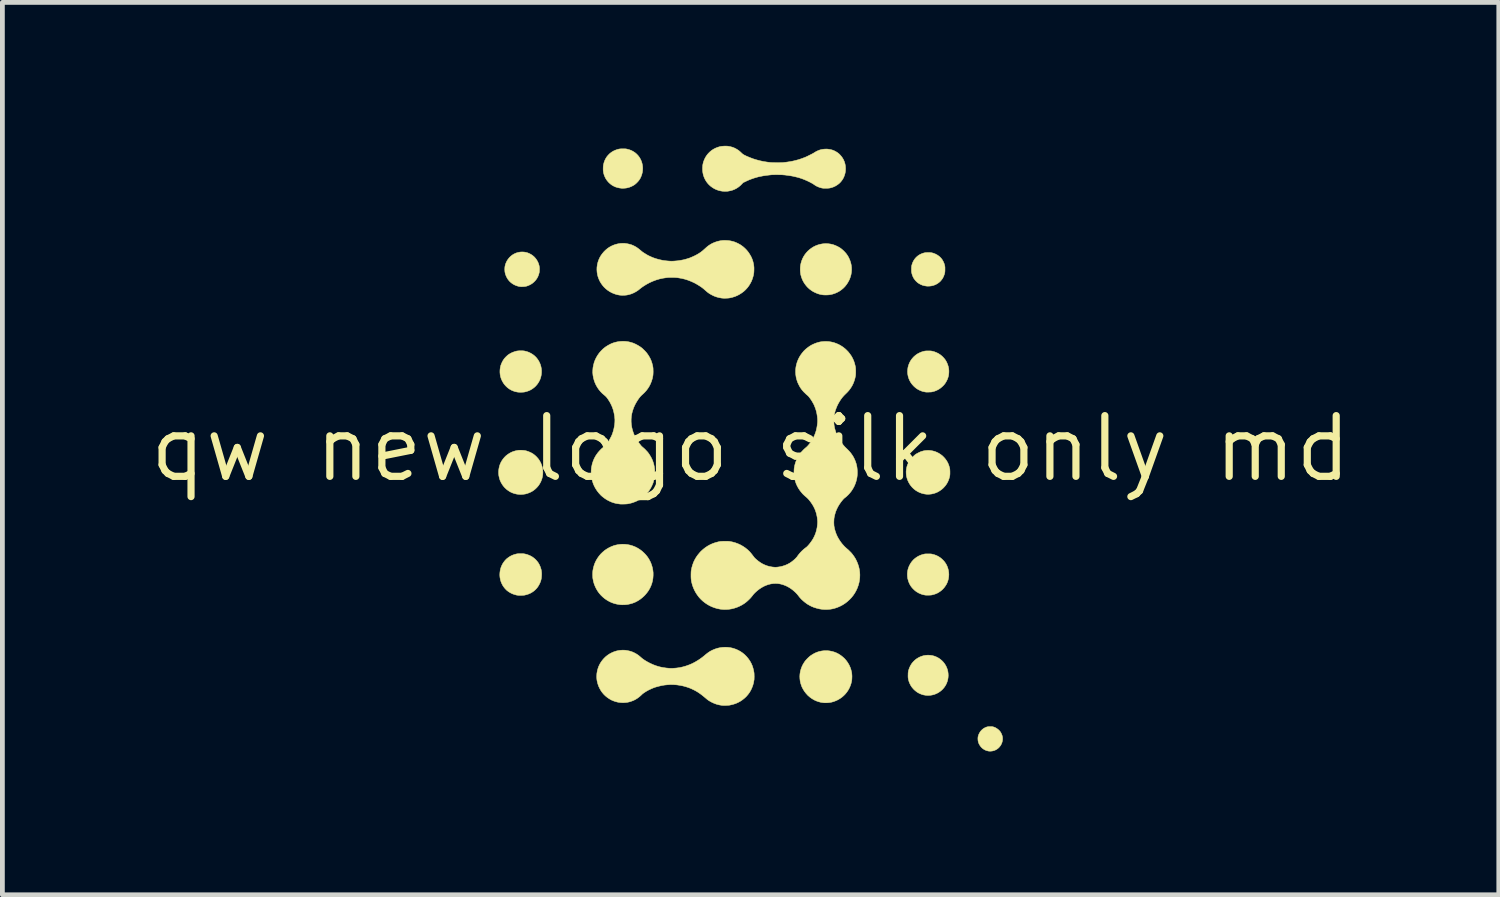
<source format=kicad_pcb>
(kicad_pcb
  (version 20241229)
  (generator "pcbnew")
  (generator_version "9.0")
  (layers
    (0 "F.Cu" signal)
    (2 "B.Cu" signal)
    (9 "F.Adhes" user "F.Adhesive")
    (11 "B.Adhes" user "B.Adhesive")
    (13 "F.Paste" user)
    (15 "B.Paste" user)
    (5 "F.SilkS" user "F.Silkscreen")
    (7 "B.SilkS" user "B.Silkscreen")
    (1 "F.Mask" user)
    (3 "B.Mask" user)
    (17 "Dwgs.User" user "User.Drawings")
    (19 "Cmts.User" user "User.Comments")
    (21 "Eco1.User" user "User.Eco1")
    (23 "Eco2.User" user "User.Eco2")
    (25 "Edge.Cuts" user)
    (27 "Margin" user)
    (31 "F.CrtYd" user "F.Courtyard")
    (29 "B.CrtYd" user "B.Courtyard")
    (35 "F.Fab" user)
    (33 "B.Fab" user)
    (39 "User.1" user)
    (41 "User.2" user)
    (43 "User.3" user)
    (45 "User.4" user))
  (footprint "qw new logo silk only md"
    (layer "F.Cu")
    (at 12.647 6.332)
    (property "Reference" "qw new logo silk only md" (at 0 0 0) (layer "F.SilkS") (effects (font (size 1.27 1.27) (thickness 0.15))))
    (attr through_hole)
    (fp_poly (pts (xy 5.029 5.813) (xy 5.042 5.813) (xy 5.052 5.814) (xy 5.06 5.815) (xy 5.068 5.817) (xy 5.076 5.819) (xy 5.111 5.831) (xy 5.143 5.849) (xy 5.173 5.87) (xy 5.2 5.895) (xy 5.218 5.916) (xy 5.228 5.93) (xy 5.238 5.948) (xy 5.247 5.967) (xy 5.255 5.986) (xy 5.261 6.004) (xy 5.263 6.009) (xy 5.269 6.043) (xy 5.27 6.077) (xy 5.266 6.111) (xy 5.258 6.143) (xy 5.246 6.174) (xy 5.231 6.203) (xy 5.211 6.23) (xy 5.189 6.255) (xy 5.163 6.277) (xy 5.135 6.295) (xy 5.104 6.31) (xy 5.071 6.32) (xy 5.057 6.323) (xy 5.04 6.325) (xy 5.021 6.327) (xy 5.001 6.327) (xy 4.982 6.326) (xy 4.966 6.323) (xy 4.966 6.323) (xy 4.931 6.314) (xy 4.898 6.3) (xy 4.868 6.282) (xy 4.84 6.26) (xy 4.816 6.235) (xy 4.795 6.206) (xy 4.777 6.175) (xy 4.764 6.142) (xy 4.761 6.129) (xy 4.757 6.112) (xy 4.755 6.092) (xy 4.754 6.071) (xy 4.754 6.051) (xy 4.756 6.032) (xy 4.757 6.024) (xy 4.767 5.988) (xy 4.782 5.955) (xy 4.8 5.924) (xy 4.822 5.896) (xy 4.848 5.871) (xy 4.876 5.85) (xy 4.908 5.833) (xy 4.912 5.832) (xy 4.928 5.825) (xy 4.942 5.82) (xy 4.956 5.817) (xy 4.97 5.815) (xy 4.985 5.813) (xy 5.004 5.813) (xy 5.013 5.813) (xy 5.029 5.813)) (stroke (width 0.01) (type solid)) (fill yes) (layer "F.SilkS"))
    (fp_poly (pts (xy -4.736 -4.111) (xy -4.696 -4.104) (xy -4.667 -4.096) (xy -4.627 -4.08) (xy -4.59 -4.06) (xy -4.555 -4.036) (xy -4.524 -4.009) (xy -4.496 -3.978) (xy -4.472 -3.944) (xy -4.451 -3.907) (xy -4.434 -3.867) (xy -4.422 -3.824) (xy -4.421 -3.818) (xy -4.418 -3.801) (xy -4.416 -3.78) (xy -4.415 -3.757) (xy -4.416 -3.734) (xy -4.417 -3.711) (xy -4.419 -3.691) (xy -4.422 -3.676) (xy -4.434 -3.633) (xy -4.45 -3.594) (xy -4.471 -3.556) (xy -4.496 -3.522) (xy -4.526 -3.49) (xy -4.531 -3.485) (xy -4.564 -3.457) (xy -4.6 -3.434) (xy -4.638 -3.415) (xy -4.678 -3.4) (xy -4.706 -3.393) (xy -4.721 -3.391) (xy -4.74 -3.389) (xy -4.76 -3.388) (xy -4.78 -3.387) (xy -4.799 -3.387) (xy -4.815 -3.388) (xy -4.821 -3.388) (xy -4.864 -3.397) (xy -4.904 -3.41) (xy -4.943 -3.427) (xy -4.979 -3.448) (xy -5.012 -3.473) (xy -5.042 -3.501) (xy -5.069 -3.533) (xy -5.092 -3.568) (xy -5.111 -3.606) (xy -5.125 -3.642) (xy -5.129 -3.656) (xy -5.133 -3.672) (xy -5.136 -3.687) (xy -5.137 -3.69) (xy -5.139 -3.708) (xy -5.14 -3.73) (xy -5.141 -3.752) (xy -5.14 -3.775) (xy -5.139 -3.795) (xy -5.137 -3.809) (xy -5.128 -3.85) (xy -5.113 -3.889) (xy -5.095 -3.926) (xy -5.072 -3.961) (xy -5.046 -3.994) (xy -5.016 -4.023) (xy -4.983 -4.049) (xy -4.947 -4.071) (xy -4.938 -4.075) (xy -4.9 -4.092) (xy -4.86 -4.103) (xy -4.819 -4.111) (xy -4.778 -4.113) (xy -4.736 -4.111)) (stroke (width 0.01) (type solid)) (fill yes) (layer "F.SilkS"))
    (fp_poly (pts (xy -4.8 0.033) (xy -4.777 0.034) (xy -4.755 0.036) (xy -4.735 0.038) (xy -4.718 0.04) (xy -4.718 0.04) (xy -4.683 0.049) (xy -4.647 0.061) (xy -4.612 0.076) (xy -4.579 0.092) (xy -4.549 0.11) (xy -4.549 0.11) (xy -4.511 0.139) (xy -4.476 0.172) (xy -4.444 0.208) (xy -4.417 0.246) (xy -4.394 0.287) (xy -4.385 0.306) (xy -4.367 0.352) (xy -4.354 0.399) (xy -4.347 0.446) (xy -4.344 0.493) (xy -4.346 0.541) (xy -4.353 0.588) (xy -4.365 0.634) (xy -4.382 0.679) (xy -4.389 0.695) (xy -4.412 0.737) (xy -4.438 0.776) (xy -4.469 0.812) (xy -4.502 0.844) (xy -4.538 0.873) (xy -4.577 0.898) (xy -4.618 0.918) (xy -4.662 0.935) (xy -4.707 0.948) (xy -4.753 0.955) (xy -4.8 0.959) (xy -4.843 0.957) (xy -4.891 0.951) (xy -4.937 0.94) (xy -4.982 0.925) (xy -5.025 0.905) (xy -5.065 0.88) (xy -5.103 0.852) (xy -5.138 0.819) (xy -5.139 0.819) (xy -5.171 0.782) (xy -5.198 0.743) (xy -5.222 0.701) (xy -5.241 0.658) (xy -5.255 0.612) (xy -5.265 0.566) (xy -5.27 0.518) (xy -5.27 0.476) (xy -5.265 0.428) (xy -5.256 0.382) (xy -5.243 0.338) (xy -5.225 0.295) (xy -5.203 0.255) (xy -5.177 0.217) (xy -5.148 0.182) (xy -5.116 0.15) (xy -5.08 0.122) (xy -5.042 0.097) (xy -5.001 0.075) (xy -4.958 0.058) (xy -4.912 0.045) (xy -4.865 0.036) (xy -4.861 0.035) (xy -4.843 0.034) (xy -4.823 0.033) (xy -4.8 0.033)) (stroke (width 0.01) (type solid)) (fill yes) (layer "F.SilkS"))
    (fp_poly (pts (xy 3.752 4.321) (xy 3.796 4.327) (xy 3.801 4.328) (xy 3.845 4.34) (xy 3.887 4.357) (xy 3.927 4.378) (xy 3.964 4.403) (xy 3.999 4.432) (xy 4.03 4.464) (xy 4.058 4.5) (xy 4.082 4.539) (xy 4.098 4.572) (xy 4.114 4.614) (xy 4.125 4.657) (xy 4.131 4.701) (xy 4.133 4.746) (xy 4.13 4.79) (xy 4.123 4.834) (xy 4.112 4.872) (xy 4.096 4.914) (xy 4.075 4.954) (xy 4.05 4.991) (xy 4.022 5.025) (xy 3.991 5.055) (xy 3.957 5.082) (xy 3.92 5.106) (xy 3.881 5.125) (xy 3.841 5.141) (xy 3.798 5.152) (xy 3.755 5.159) (xy 3.71 5.161) (xy 3.665 5.159) (xy 3.655 5.157) (xy 3.61 5.149) (xy 3.567 5.135) (xy 3.525 5.117) (xy 3.486 5.095) (xy 3.449 5.067) (xy 3.414 5.036) (xy 3.409 5.03) (xy 3.378 4.995) (xy 3.352 4.957) (xy 3.331 4.917) (xy 3.313 4.874) (xy 3.301 4.829) (xy 3.299 4.822) (xy 3.297 4.812) (xy 3.296 4.803) (xy 3.294 4.793) (xy 3.294 4.782) (xy 3.293 4.77) (xy 3.293 4.753) (xy 3.293 4.74) (xy 3.294 4.715) (xy 3.294 4.695) (xy 3.296 4.677) (xy 3.299 4.66) (xy 3.302 4.643) (xy 3.308 4.625) (xy 3.312 4.61) (xy 3.329 4.568) (xy 3.349 4.528) (xy 3.373 4.491) (xy 3.401 4.458) (xy 3.432 4.427) (xy 3.465 4.4) (xy 3.501 4.377) (xy 3.539 4.357) (xy 3.58 4.341) (xy 3.621 4.329) (xy 3.664 4.322) (xy 3.707 4.319) (xy 3.752 4.321)) (stroke (width 0.01) (type solid)) (fill yes) (layer "F.SilkS"))
    (fp_poly (pts (xy 1.625 -4.285) (xy 1.674 -4.278) (xy 1.722 -4.267) (xy 1.769 -4.25) (xy 1.811 -4.231) (xy 1.843 -4.214) (xy 1.872 -4.197) (xy 1.899 -4.177) (xy 1.925 -4.155) (xy 1.951 -4.131) (xy 1.982 -4.098) (xy 2.008 -4.066) (xy 2.032 -4.031) (xy 2.053 -3.993) (xy 2.057 -3.984) (xy 2.078 -3.936) (xy 2.094 -3.887) (xy 2.105 -3.838) (xy 2.111 -3.788) (xy 2.112 -3.737) (xy 2.108 -3.687) (xy 2.1 -3.637) (xy 2.086 -3.588) (xy 2.068 -3.539) (xy 2.057 -3.517) (xy 2.032 -3.471) (xy 2.003 -3.428) (xy 1.971 -3.388) (xy 1.935 -3.352) (xy 1.896 -3.32) (xy 1.854 -3.291) (xy 1.809 -3.267) (xy 1.763 -3.247) (xy 1.714 -3.231) (xy 1.663 -3.22) (xy 1.643 -3.217) (xy 1.622 -3.215) (xy 1.598 -3.214) (xy 1.572 -3.213) (xy 1.546 -3.214) (xy 1.522 -3.215) (xy 1.504 -3.217) (xy 1.455 -3.226) (xy 1.406 -3.24) (xy 1.36 -3.259) (xy 1.314 -3.281) (xy 1.271 -3.308) (xy 1.231 -3.338) (xy 1.194 -3.372) (xy 1.165 -3.404) (xy 1.133 -3.446) (xy 1.105 -3.49) (xy 1.082 -3.536) (xy 1.064 -3.584) (xy 1.05 -3.633) (xy 1.042 -3.683) (xy 1.038 -3.734) (xy 1.039 -3.786) (xy 1.043 -3.825) (xy 1.053 -3.876) (xy 1.067 -3.924) (xy 1.085 -3.97) (xy 1.108 -4.015) (xy 1.134 -4.056) (xy 1.164 -4.095) (xy 1.197 -4.131) (xy 1.234 -4.164) (xy 1.273 -4.193) (xy 1.314 -4.219) (xy 1.358 -4.241) (xy 1.404 -4.259) (xy 1.452 -4.273) (xy 1.501 -4.282) (xy 1.552 -4.287) (xy 1.575 -4.288) (xy 1.625 -4.285)) (stroke (width 0.01) (type solid)) (fill yes) (layer "F.SilkS"))
    (fp_poly (pts (xy -4.786 -2.046) (xy -4.769 -2.046) (xy -4.755 -2.045) (xy -4.744 -2.044) (xy -4.734 -2.043) (xy -4.726 -2.041) (xy -4.68 -2.03) (xy -4.636 -2.014) (xy -4.594 -1.993) (xy -4.555 -1.969) (xy -4.519 -1.941) (xy -4.486 -1.909) (xy -4.457 -1.873) (xy -4.438 -1.845) (xy -4.416 -1.805) (xy -4.398 -1.763) (xy -4.385 -1.719) (xy -4.376 -1.674) (xy -4.372 -1.629) (xy -4.373 -1.584) (xy -4.378 -1.539) (xy -4.388 -1.494) (xy -4.402 -1.451) (xy -4.413 -1.426) (xy -4.436 -1.384) (xy -4.462 -1.346) (xy -4.492 -1.311) (xy -4.525 -1.28) (xy -4.562 -1.252) (xy -4.601 -1.228) (xy -4.643 -1.209) (xy -4.688 -1.194) (xy -4.719 -1.186) (xy -4.735 -1.183) (xy -4.755 -1.181) (xy -4.777 -1.18) (xy -4.8 -1.179) (xy -4.823 -1.179) (xy -4.845 -1.18) (xy -4.864 -1.181) (xy -4.876 -1.183) (xy -4.922 -1.192) (xy -4.966 -1.207) (xy -5.007 -1.225) (xy -5.046 -1.248) (xy -5.083 -1.275) (xy -5.116 -1.306) (xy -5.147 -1.34) (xy -5.173 -1.377) (xy -5.195 -1.416) (xy -5.215 -1.46) (xy -5.229 -1.505) (xy -5.238 -1.551) (xy -5.242 -1.598) (xy -5.241 -1.645) (xy -5.235 -1.693) (xy -5.233 -1.703) (xy -5.226 -1.734) (xy -5.214 -1.767) (xy -5.2 -1.8) (xy -5.184 -1.832) (xy -5.166 -1.86) (xy -5.162 -1.867) (xy -5.149 -1.884) (xy -5.133 -1.902) (xy -5.115 -1.921) (xy -5.096 -1.939) (xy -5.078 -1.955) (xy -5.062 -1.967) (xy -5.025 -1.99) (xy -4.985 -2.01) (xy -4.942 -2.026) (xy -4.898 -2.039) (xy -4.892 -2.04) (xy -4.882 -2.042) (xy -4.873 -2.043) (xy -4.864 -2.044) (xy -4.853 -2.045) (xy -4.84 -2.046) (xy -4.824 -2.046) (xy -4.807 -2.046) (xy -4.786 -2.046)) (stroke (width 0.01) (type solid)) (fill yes) (layer "F.SilkS"))
    (fp_poly (pts (xy 3.759 0.039) (xy 3.806 0.047) (xy 3.849 0.058) (xy 3.894 0.076) (xy 3.936 0.097) (xy 3.976 0.123) (xy 4.013 0.152) (xy 4.046 0.185) (xy 4.076 0.22) (xy 4.103 0.259) (xy 4.126 0.301) (xy 4.144 0.344) (xy 4.158 0.39) (xy 4.165 0.42) (xy 4.167 0.436) (xy 4.168 0.456) (xy 4.169 0.478) (xy 4.169 0.501) (xy 4.169 0.523) (xy 4.168 0.544) (xy 4.166 0.562) (xy 4.165 0.571) (xy 4.153 0.619) (xy 4.137 0.664) (xy 4.117 0.708) (xy 4.092 0.749) (xy 4.063 0.787) (xy 4.031 0.822) (xy 3.995 0.854) (xy 3.955 0.882) (xy 3.912 0.907) (xy 3.91 0.908) (xy 3.871 0.925) (xy 3.831 0.938) (xy 3.789 0.948) (xy 3.747 0.953) (xy 3.705 0.955) (xy 3.673 0.953) (xy 3.625 0.946) (xy 3.579 0.934) (xy 3.535 0.918) (xy 3.492 0.897) (xy 3.452 0.872) (xy 3.415 0.843) (xy 3.38 0.81) (xy 3.349 0.773) (xy 3.329 0.745) (xy 3.305 0.704) (xy 3.285 0.66) (xy 3.27 0.616) (xy 3.259 0.57) (xy 3.254 0.523) (xy 3.253 0.477) (xy 3.258 0.43) (xy 3.267 0.383) (xy 3.275 0.357) (xy 3.281 0.339) (xy 3.29 0.319) (xy 3.3 0.297) (xy 3.312 0.275) (xy 3.323 0.255) (xy 3.334 0.237) (xy 3.337 0.234) (xy 3.348 0.22) (xy 3.362 0.203) (xy 3.378 0.186) (xy 3.395 0.169) (xy 3.413 0.152) (xy 3.429 0.137) (xy 3.444 0.125) (xy 3.449 0.121) (xy 3.464 0.111) (xy 3.483 0.101) (xy 3.503 0.09) (xy 3.524 0.079) (xy 3.545 0.07) (xy 3.563 0.062) (xy 3.573 0.059) (xy 3.619 0.046) (xy 3.665 0.039) (xy 3.712 0.036) (xy 3.759 0.039)) (stroke (width 0.01) (type solid)) (fill yes) (layer "F.SilkS"))
    (fp_poly (pts (xy -2.651 -6.27) (xy -2.636 -6.27) (xy -2.623 -6.269) (xy -2.613 -6.269) (xy -2.604 -6.268) (xy -2.595 -6.266) (xy -2.585 -6.264) (xy -2.584 -6.264) (xy -2.539 -6.252) (xy -2.496 -6.236) (xy -2.456 -6.215) (xy -2.419 -6.191) (xy -2.386 -6.163) (xy -2.355 -6.131) (xy -2.328 -6.096) (xy -2.305 -6.057) (xy -2.296 -6.039) (xy -2.279 -5.998) (xy -2.267 -5.954) (xy -2.259 -5.91) (xy -2.256 -5.866) (xy -2.258 -5.821) (xy -2.264 -5.777) (xy -2.275 -5.734) (xy -2.29 -5.692) (xy -2.309 -5.651) (xy -2.333 -5.614) (xy -2.345 -5.599) (xy -2.36 -5.581) (xy -2.377 -5.564) (xy -2.394 -5.547) (xy -2.412 -5.532) (xy -2.426 -5.52) (xy -2.459 -5.5) (xy -2.495 -5.482) (xy -2.533 -5.467) (xy -2.571 -5.456) (xy -2.594 -5.451) (xy -2.609 -5.449) (xy -2.626 -5.447) (xy -2.644 -5.446) (xy -2.662 -5.445) (xy -2.679 -5.444) (xy -2.692 -5.444) (xy -2.696 -5.445) (xy -2.744 -5.451) (xy -2.788 -5.461) (xy -2.829 -5.474) (xy -2.867 -5.492) (xy -2.903 -5.513) (xy -2.937 -5.539) (xy -2.969 -5.569) (xy -2.971 -5.571) (xy -3 -5.605) (xy -3.026 -5.642) (xy -3.046 -5.681) (xy -3.063 -5.723) (xy -3.075 -5.767) (xy -3.081 -5.807) (xy -3.083 -5.826) (xy -3.083 -5.847) (xy -3.083 -5.87) (xy -3.082 -5.894) (xy -3.08 -5.916) (xy -3.077 -5.935) (xy -3.076 -5.942) (xy -3.064 -5.987) (xy -3.048 -6.03) (xy -3.028 -6.07) (xy -3.004 -6.107) (xy -2.976 -6.14) (xy -2.945 -6.171) (xy -2.91 -6.198) (xy -2.873 -6.221) (xy -2.832 -6.24) (xy -2.788 -6.256) (xy -2.756 -6.264) (xy -2.746 -6.266) (xy -2.738 -6.267) (xy -2.728 -6.268) (xy -2.718 -6.269) (xy -2.705 -6.27) (xy -2.689 -6.27) (xy -2.671 -6.27) (xy -2.651 -6.27)) (stroke (width 0.01) (type solid)) (fill yes) (layer "F.SilkS"))
    (fp_poly (pts (xy 1.605 4.225) (xy 1.655 4.231) (xy 1.705 4.241) (xy 1.753 4.255) (xy 1.8 4.274) (xy 1.844 4.297) (xy 1.887 4.325) (xy 1.926 4.356) (xy 1.964 4.39) (xy 1.998 4.429) (xy 2.028 4.47) (xy 2.055 4.515) (xy 2.062 4.528) (xy 2.083 4.575) (xy 2.1 4.625) (xy 2.112 4.676) (xy 2.115 4.693) (xy 2.117 4.714) (xy 2.119 4.738) (xy 2.12 4.765) (xy 2.119 4.792) (xy 2.118 4.818) (xy 2.116 4.841) (xy 2.114 4.854) (xy 2.103 4.905) (xy 2.087 4.955) (xy 2.067 5.002) (xy 2.043 5.047) (xy 2.015 5.089) (xy 1.983 5.129) (xy 1.948 5.165) (xy 1.91 5.198) (xy 1.869 5.227) (xy 1.825 5.253) (xy 1.779 5.274) (xy 1.731 5.292) (xy 1.681 5.305) (xy 1.65 5.31) (xy 1.632 5.312) (xy 1.611 5.314) (xy 1.588 5.315) (xy 1.566 5.315) (xy 1.544 5.315) (xy 1.526 5.314) (xy 1.524 5.313) (xy 1.472 5.306) (xy 1.422 5.293) (xy 1.373 5.276) (xy 1.326 5.254) (xy 1.281 5.227) (xy 1.239 5.197) (xy 1.199 5.162) (xy 1.191 5.154) (xy 1.157 5.116) (xy 1.127 5.077) (xy 1.101 5.036) (xy 1.078 4.993) (xy 1.065 4.962) (xy 1.049 4.913) (xy 1.037 4.863) (xy 1.031 4.813) (xy 1.029 4.763) (xy 1.032 4.713) (xy 1.04 4.663) (xy 1.053 4.614) (xy 1.07 4.566) (xy 1.092 4.519) (xy 1.119 4.474) (xy 1.139 4.445) (xy 1.15 4.431) (xy 1.165 4.414) (xy 1.182 4.396) (xy 1.199 4.379) (xy 1.217 4.362) (xy 1.234 4.347) (xy 1.248 4.335) (xy 1.25 4.334) (xy 1.295 4.304) (xy 1.341 4.278) (xy 1.388 4.258) (xy 1.437 4.242) (xy 1.487 4.232) (xy 1.538 4.226) (xy 1.553 4.225) (xy 1.605 4.225)) (stroke (width 0.01) (type solid)) (fill yes) (layer "F.SilkS"))
    (fp_poly (pts (xy 3.737 -4.101) (xy 3.758 -4.1) (xy 3.775 -4.098) (xy 3.792 -4.095) (xy 3.808 -4.091) (xy 3.826 -4.086) (xy 3.831 -4.084) (xy 3.87 -4.068) (xy 3.906 -4.048) (xy 3.94 -4.024) (xy 3.961 -4.006) (xy 3.989 -3.976) (xy 4.012 -3.944) (xy 4.031 -3.909) (xy 4.047 -3.872) (xy 4.059 -3.831) (xy 4.061 -3.822) (xy 4.062 -3.813) (xy 4.064 -3.802) (xy 4.065 -3.79) (xy 4.065 -3.775) (xy 4.065 -3.756) (xy 4.065 -3.75) (xy 4.065 -3.728) (xy 4.064 -3.709) (xy 4.063 -3.692) (xy 4.06 -3.677) (xy 4.057 -3.662) (xy 4.052 -3.645) (xy 4.047 -3.631) (xy 4.032 -3.593) (xy 4.013 -3.557) (xy 3.989 -3.525) (xy 3.963 -3.495) (xy 3.932 -3.469) (xy 3.899 -3.447) (xy 3.863 -3.428) (xy 3.825 -3.414) (xy 3.785 -3.404) (xy 3.778 -3.403) (xy 3.747 -3.399) (xy 3.716 -3.398) (xy 3.686 -3.398) (xy 3.684 -3.399) (xy 3.641 -3.405) (xy 3.601 -3.415) (xy 3.563 -3.43) (xy 3.527 -3.449) (xy 3.494 -3.471) (xy 3.464 -3.498) (xy 3.438 -3.527) (xy 3.414 -3.56) (xy 3.395 -3.596) (xy 3.38 -3.635) (xy 3.37 -3.671) (xy 3.368 -3.681) (xy 3.367 -3.69) (xy 3.365 -3.699) (xy 3.365 -3.71) (xy 3.364 -3.724) (xy 3.364 -3.74) (xy 3.364 -3.749) (xy 3.364 -3.771) (xy 3.365 -3.789) (xy 3.366 -3.804) (xy 3.368 -3.818) (xy 3.37 -3.831) (xy 3.374 -3.845) (xy 3.379 -3.861) (xy 3.393 -3.899) (xy 3.412 -3.935) (xy 3.435 -3.969) (xy 3.461 -3.999) (xy 3.491 -4.026) (xy 3.523 -4.049) (xy 3.558 -4.068) (xy 3.594 -4.083) (xy 3.613 -4.089) (xy 3.63 -4.093) (xy 3.645 -4.097) (xy 3.661 -4.099) (xy 3.678 -4.1) (xy 3.698 -4.101) (xy 3.713 -4.101) (xy 3.737 -4.101)) (stroke (width 0.01) (type solid)) (fill yes) (layer "F.SilkS"))
    (fp_poly (pts (xy -4.806 2.196) (xy -4.787 2.196) (xy -4.772 2.196) (xy -4.76 2.197) (xy -4.749 2.198) (xy -4.74 2.199) (xy -4.73 2.201) (xy -4.719 2.203) (xy -4.689 2.21) (xy -4.661 2.219) (xy -4.635 2.229) (xy -4.607 2.241) (xy -4.606 2.242) (xy -4.566 2.264) (xy -4.529 2.291) (xy -4.495 2.321) (xy -4.465 2.355) (xy -4.438 2.391) (xy -4.416 2.431) (xy -4.398 2.472) (xy -4.384 2.516) (xy -4.383 2.518) (xy -4.378 2.539) (xy -4.375 2.557) (xy -4.373 2.574) (xy -4.371 2.593) (xy -4.37 2.613) (xy -4.37 2.631) (xy -4.372 2.673) (xy -4.376 2.712) (xy -4.384 2.749) (xy -4.395 2.785) (xy -4.41 2.82) (xy -4.416 2.832) (xy -4.439 2.873) (xy -4.465 2.911) (xy -4.496 2.945) (xy -4.529 2.975) (xy -4.566 3.001) (xy -4.606 3.024) (xy -4.648 3.042) (xy -4.693 3.056) (xy -4.732 3.065) (xy -4.743 3.066) (xy -4.757 3.067) (xy -4.774 3.068) (xy -4.792 3.069) (xy -4.81 3.07) (xy -4.826 3.07) (xy -4.84 3.07) (xy -4.849 3.069) (xy -4.894 3.063) (xy -4.938 3.051) (xy -4.981 3.036) (xy -5.022 3.016) (xy -5.06 2.993) (xy -5.096 2.966) (xy -5.127 2.935) (xy -5.129 2.934) (xy -5.158 2.898) (xy -5.184 2.86) (xy -5.205 2.819) (xy -5.222 2.777) (xy -5.234 2.733) (xy -5.242 2.688) (xy -5.245 2.642) (xy -5.243 2.596) (xy -5.237 2.55) (xy -5.226 2.504) (xy -5.222 2.49) (xy -5.205 2.447) (xy -5.184 2.406) (xy -5.159 2.369) (xy -5.131 2.334) (xy -5.099 2.302) (xy -5.063 2.275) (xy -5.025 2.25) (xy -4.984 2.23) (xy -4.94 2.214) (xy -4.895 2.202) (xy -4.886 2.201) (xy -4.875 2.199) (xy -4.863 2.198) (xy -4.85 2.197) (xy -4.834 2.196) (xy -4.815 2.196) (xy -4.806 2.196)) (stroke (width 0.01) (type solid)) (fill yes) (layer "F.SilkS"))
    (fp_poly (pts (xy 3.731 2.201) (xy 3.747 2.201) (xy 3.759 2.202) (xy 3.769 2.202) (xy 3.778 2.203) (xy 3.787 2.205) (xy 3.796 2.206) (xy 3.798 2.207) (xy 3.84 2.218) (xy 3.882 2.233) (xy 3.921 2.252) (xy 3.957 2.274) (xy 3.962 2.278) (xy 3.978 2.29) (xy 3.995 2.304) (xy 4.013 2.321) (xy 4.03 2.338) (xy 4.046 2.355) (xy 4.058 2.371) (xy 4.061 2.374) (xy 4.087 2.413) (xy 4.108 2.454) (xy 4.124 2.497) (xy 4.136 2.541) (xy 4.143 2.587) (xy 4.146 2.632) (xy 4.143 2.678) (xy 4.136 2.724) (xy 4.13 2.749) (xy 4.116 2.792) (xy 4.097 2.834) (xy 4.073 2.872) (xy 4.046 2.909) (xy 4.016 2.942) (xy 3.982 2.972) (xy 3.945 2.998) (xy 3.906 3.021) (xy 3.864 3.039) (xy 3.819 3.053) (xy 3.799 3.058) (xy 3.784 3.061) (xy 3.766 3.063) (xy 3.745 3.064) (xy 3.723 3.065) (xy 3.7 3.065) (xy 3.68 3.065) (xy 3.661 3.064) (xy 3.647 3.062) (xy 3.601 3.053) (xy 3.557 3.038) (xy 3.514 3.019) (xy 3.473 2.995) (xy 3.47 2.993) (xy 3.451 2.979) (xy 3.43 2.962) (xy 3.409 2.942) (xy 3.389 2.922) (xy 3.372 2.902) (xy 3.357 2.883) (xy 3.333 2.845) (xy 3.313 2.804) (xy 3.298 2.761) (xy 3.286 2.717) (xy 3.28 2.673) (xy 3.278 2.628) (xy 3.279 2.602) (xy 3.284 2.56) (xy 3.292 2.521) (xy 3.304 2.484) (xy 3.32 2.446) (xy 3.325 2.437) (xy 3.348 2.396) (xy 3.375 2.359) (xy 3.405 2.325) (xy 3.439 2.295) (xy 3.477 2.268) (xy 3.517 2.245) (xy 3.56 2.226) (xy 3.605 2.212) (xy 3.626 2.207) (xy 3.635 2.205) (xy 3.643 2.203) (xy 3.652 2.202) (xy 3.663 2.202) (xy 3.675 2.201) (xy 3.691 2.201) (xy 3.711 2.201) (xy 3.731 2.201)) (stroke (width 0.01) (type solid)) (fill yes) (layer "F.SilkS"))
    (fp_poly (pts (xy -2.624 2.001) (xy -2.572 2.007) (xy -2.522 2.017) (xy -2.517 2.018) (xy -2.465 2.034) (xy -2.414 2.054) (xy -2.365 2.079) (xy -2.318 2.108) (xy -2.274 2.141) (xy -2.233 2.178) (xy -2.195 2.217) (xy -2.16 2.26) (xy -2.129 2.306) (xy -2.103 2.354) (xy -2.088 2.385) (xy -2.069 2.437) (xy -2.054 2.489) (xy -2.044 2.542) (xy -2.038 2.595) (xy -2.038 2.651) (xy -2.038 2.653) (xy -2.042 2.709) (xy -2.051 2.764) (xy -2.065 2.818) (xy -2.084 2.87) (xy -2.107 2.92) (xy -2.135 2.968) (xy -2.168 3.014) (xy -2.205 3.058) (xy -2.225 3.079) (xy -2.268 3.118) (xy -2.313 3.153) (xy -2.36 3.183) (xy -2.409 3.209) (xy -2.461 3.23) (xy -2.515 3.246) (xy -2.571 3.258) (xy -2.583 3.26) (xy -2.595 3.261) (xy -2.611 3.263) (xy -2.628 3.264) (xy -2.647 3.265) (xy -2.666 3.265) (xy -2.683 3.266) (xy -2.698 3.265) (xy -2.708 3.265) (xy -2.757 3.259) (xy -2.802 3.251) (xy -2.846 3.24) (xy -2.888 3.226) (xy -2.929 3.209) (xy -2.954 3.197) (xy -3.003 3.169) (xy -3.05 3.137) (xy -3.093 3.101) (xy -3.133 3.062) (xy -3.169 3.02) (xy -3.201 2.975) (xy -3.229 2.927) (xy -3.253 2.877) (xy -3.273 2.825) (xy -3.288 2.77) (xy -3.299 2.714) (xy -3.3 2.705) (xy -3.301 2.688) (xy -3.302 2.668) (xy -3.303 2.645) (xy -3.303 2.621) (xy -3.302 2.598) (xy -3.301 2.576) (xy -3.299 2.558) (xy -3.299 2.551) (xy -3.288 2.496) (xy -3.273 2.441) (xy -3.254 2.389) (xy -3.23 2.339) (xy -3.202 2.292) (xy -3.17 2.247) (xy -3.135 2.205) (xy -3.096 2.167) (xy -3.054 2.131) (xy -3.009 2.1) (xy -2.961 2.072) (xy -2.911 2.048) (xy -2.858 2.028) (xy -2.83 2.02) (xy -2.78 2.009) (xy -2.729 2.002) (xy -2.677 1.999) (xy -2.624 2.001)) (stroke (width 0.01) (type solid)) (fill yes) (layer "F.SilkS"))
    (fp_poly (pts (xy 3.734 -2.043) (xy 3.75 -2.043) (xy 3.763 -2.043) (xy 3.773 -2.042) (xy 3.782 -2.041) (xy 3.79 -2.039) (xy 3.799 -2.038) (xy 3.845 -2.025) (xy 3.888 -2.008) (xy 3.929 -1.988) (xy 3.967 -1.963) (xy 4.003 -1.934) (xy 4.026 -1.911) (xy 4.047 -1.888) (xy 4.064 -1.867) (xy 4.08 -1.844) (xy 4.094 -1.819) (xy 4.102 -1.804) (xy 4.12 -1.761) (xy 4.134 -1.717) (xy 4.143 -1.673) (xy 4.147 -1.628) (xy 4.146 -1.583) (xy 4.141 -1.539) (xy 4.131 -1.495) (xy 4.116 -1.452) (xy 4.096 -1.41) (xy 4.072 -1.37) (xy 4.051 -1.342) (xy 4.045 -1.335) (xy 4.036 -1.325) (xy 4.025 -1.314) (xy 4.014 -1.303) (xy 4.011 -1.3) (xy 3.976 -1.27) (xy 3.939 -1.244) (xy 3.898 -1.222) (xy 3.855 -1.204) (xy 3.81 -1.191) (xy 3.801 -1.189) (xy 3.79 -1.186) (xy 3.779 -1.185) (xy 3.767 -1.184) (xy 3.752 -1.183) (xy 3.733 -1.183) (xy 3.724 -1.182) (xy 3.707 -1.182) (xy 3.692 -1.182) (xy 3.68 -1.182) (xy 3.67 -1.182) (xy 3.664 -1.183) (xy 3.664 -1.183) (xy 3.625 -1.19) (xy 3.589 -1.199) (xy 3.555 -1.212) (xy 3.524 -1.226) (xy 3.498 -1.24) (xy 3.474 -1.255) (xy 3.451 -1.272) (xy 3.429 -1.291) (xy 3.41 -1.309) (xy 3.378 -1.344) (xy 3.351 -1.381) (xy 3.328 -1.421) (xy 3.31 -1.462) (xy 3.296 -1.506) (xy 3.293 -1.519) (xy 3.285 -1.564) (xy 3.282 -1.609) (xy 3.285 -1.654) (xy 3.291 -1.699) (xy 3.303 -1.743) (xy 3.319 -1.785) (xy 3.339 -1.826) (xy 3.364 -1.864) (xy 3.381 -1.886) (xy 3.413 -1.921) (xy 3.448 -1.952) (xy 3.486 -1.979) (xy 3.527 -2.001) (xy 3.57 -2.02) (xy 3.617 -2.034) (xy 3.627 -2.037) (xy 3.637 -2.039) (xy 3.646 -2.04) (xy 3.654 -2.042) (xy 3.663 -2.042) (xy 3.674 -2.043) (xy 3.687 -2.043) (xy 3.705 -2.043) (xy 3.715 -2.043) (xy 3.734 -2.043)) (stroke (width 0.01) (type solid)) (fill yes) (layer "F.SilkS"))
    (fp_poly (pts (xy -0.472 -4.352) (xy -0.418 -4.344) (xy -0.364 -4.331) (xy -0.335 -4.322) (xy -0.316 -4.314) (xy -0.294 -4.305) (xy -0.271 -4.294) (xy -0.247 -4.282) (xy -0.226 -4.27) (xy -0.207 -4.259) (xy -0.206 -4.258) (xy -0.161 -4.226) (xy -0.12 -4.19) (xy -0.082 -4.151) (xy -0.048 -4.109) (xy -0.018 -4.064) (xy 0.009 -4.017) (xy 0.031 -3.968) (xy 0.048 -3.918) (xy 0.06 -3.87) (xy 0.064 -3.847) (xy 0.067 -3.826) (xy 0.069 -3.806) (xy 0.071 -3.784) (xy 0.071 -3.76) (xy 0.071 -3.749) (xy 0.07 -3.713) (xy 0.068 -3.68) (xy 0.063 -3.648) (xy 0.056 -3.614) (xy 0.053 -3.603) (xy 0.037 -3.55) (xy 0.017 -3.499) (xy -0.008 -3.452) (xy -0.036 -3.406) (xy -0.068 -3.364) (xy -0.104 -3.324) (xy -0.143 -3.288) (xy -0.186 -3.256) (xy -0.231 -3.227) (xy -0.278 -3.202) (xy -0.328 -3.181) (xy -0.38 -3.165) (xy -0.434 -3.152) (xy -0.438 -3.152) (xy -0.457 -3.149) (xy -0.48 -3.147) (xy -0.505 -3.146) (xy -0.531 -3.145) (xy -0.556 -3.145) (xy -0.579 -3.146) (xy -0.599 -3.148) (xy -0.604 -3.148) (xy -0.659 -3.158) (xy -0.712 -3.172) (xy -0.764 -3.191) (xy -0.813 -3.215) (xy -0.861 -3.242) (xy -0.905 -3.274) (xy -0.947 -3.311) (xy -0.95 -3.313) (xy -0.977 -3.337) (xy -1.008 -3.362) (xy -1.042 -3.387) (xy -1.08 -3.411) (xy -1.119 -3.435) (xy -1.16 -3.458) (xy -1.181 -3.469) (xy -1.245 -3.498) (xy -1.309 -3.523) (xy -1.375 -3.544) (xy -1.442 -3.56) (xy -1.512 -3.572) (xy -1.539 -3.576) (xy -1.559 -3.577) (xy -1.583 -3.579) (xy -1.609 -3.58) (xy -1.637 -3.58) (xy -1.666 -3.58) (xy -1.694 -3.58) (xy -1.72 -3.579) (xy -1.743 -3.577) (xy -1.76 -3.575) (xy -1.834 -3.564) (xy -1.907 -3.548) (xy -1.977 -3.527) (xy -2.046 -3.501) (xy -2.113 -3.471) (xy -2.178 -3.436) (xy -2.242 -3.396) (xy -2.262 -3.382) (xy -2.275 -3.373) (xy -2.288 -3.363) (xy -2.3 -3.354) (xy -2.31 -3.346) (xy -2.313 -3.344) (xy -2.343 -3.319) (xy -2.373 -3.298) (xy -2.404 -3.279) (xy -2.438 -3.261) (xy -2.441 -3.259) (xy -2.49 -3.238) (xy -2.538 -3.223) (xy -2.588 -3.212) (xy -2.638 -3.207) (xy -2.688 -3.206) (xy -2.738 -3.21) (xy -2.788 -3.219) (xy -2.838 -3.234) (xy -2.886 -3.253) (xy -2.904 -3.261) (xy -2.95 -3.286) (xy -2.993 -3.315) (xy -3.032 -3.347) (xy -3.068 -3.382) (xy -3.1 -3.42) (xy -3.129 -3.461) (xy -3.154 -3.504) (xy -3.174 -3.548) (xy -3.191 -3.594) (xy -3.203 -3.642) (xy -3.211 -3.691) (xy -3.214 -3.74) (xy -3.213 -3.79) (xy -3.206 -3.84) (xy -3.204 -3.853) (xy -3.192 -3.902) (xy -3.175 -3.95) (xy -3.154 -3.996) (xy -3.129 -4.039) (xy -3.1 -4.079) (xy -3.068 -4.117) (xy -3.034 -4.151) (xy -2.996 -4.183) (xy -2.956 -4.211) (xy -2.913 -4.235) (xy -2.869 -4.255) (xy -2.823 -4.271) (xy -2.775 -4.283) (xy -2.726 -4.291) (xy -2.676 -4.294) (xy -2.635 -4.293) (xy -2.584 -4.286) (xy -2.533 -4.275) (xy -2.484 -4.26) (xy -2.437 -4.239) (xy -2.391 -4.214) (xy -2.347 -4.183) (xy -2.304 -4.148) (xy -2.294 -4.14) (xy -2.278 -4.126) (xy -2.259 -4.111) (xy -2.236 -4.096) (xy -2.211 -4.08) (xy -2.185 -4.064) (xy -2.158 -4.048) (xy -2.131 -4.034) (xy -2.108 -4.023) (xy -2.045 -3.995) (xy -1.978 -3.972) (xy -1.91 -3.953) (xy -1.841 -3.938) (xy -1.81 -3.933) (xy -1.769 -3.928) (xy -1.728 -3.924) (xy -1.688 -3.921) (xy -1.651 -3.92) (xy -1.616 -3.921) (xy -1.6 -3.922) (xy -1.529 -3.928) (xy -1.462 -3.938) (xy -1.398 -3.95) (xy -1.337 -3.967) (xy -1.277 -3.986) (xy -1.219 -4.01) (xy -1.171 -4.032) (xy -1.123 -4.057) (xy -1.079 -4.083) (xy -1.039 -4.11) (xy -1.002 -4.139) (xy -0.968 -4.169) (xy -0.958 -4.178) (xy -0.917 -4.215) (xy -0.875 -4.248) (xy -0.831 -4.276) (xy -0.791 -4.297) (xy -0.74 -4.318) (xy -0.687 -4.335) (xy -0.634 -4.347) (xy -0.581 -4.354) (xy -0.526 -4.355) (xy -0.472 -4.352)) (stroke (width 0.01) (type solid)) (fill yes) (layer "F.SilkS"))
    (fp_poly (pts (xy -0.478 4.155) (xy -0.424 4.162) (xy -0.37 4.174) (xy -0.361 4.177) (xy -0.31 4.194) (xy -0.261 4.216) (xy -0.213 4.242) (xy -0.169 4.272) (xy -0.127 4.306) (xy -0.089 4.344) (xy -0.079 4.355) (xy -0.044 4.398) (xy -0.014 4.442) (xy 0.012 4.489) (xy 0.034 4.538) (xy 0.051 4.59) (xy 0.064 4.644) (xy 0.072 4.688) (xy 0.073 4.7) (xy 0.074 4.717) (xy 0.074 4.736) (xy 0.075 4.757) (xy 0.075 4.778) (xy 0.074 4.798) (xy 0.074 4.817) (xy 0.073 4.833) (xy 0.071 4.843) (xy 0.061 4.9) (xy 0.046 4.954) (xy 0.026 5.006) (xy 0.003 5.055) (xy -0.025 5.102) (xy -0.057 5.145) (xy -0.093 5.186) (xy -0.125 5.216) (xy -0.169 5.252) (xy -0.215 5.283) (xy -0.263 5.309) (xy -0.313 5.331) (xy -0.366 5.348) (xy -0.421 5.361) (xy -0.447 5.366) (xy -0.458 5.367) (xy -0.472 5.368) (xy -0.488 5.369) (xy -0.506 5.37) (xy -0.524 5.371) (xy -0.542 5.371) (xy -0.557 5.371) (xy -0.57 5.371) (xy -0.579 5.371) (xy -0.579 5.371) (xy -0.586 5.37) (xy -0.595 5.369) (xy -0.607 5.367) (xy -0.612 5.367) (xy -0.658 5.359) (xy -0.706 5.347) (xy -0.752 5.331) (xy -0.798 5.311) (xy -0.842 5.288) (xy -0.884 5.262) (xy -0.903 5.248) (xy -0.912 5.241) (xy -0.922 5.232) (xy -0.933 5.223) (xy -0.94 5.217) (xy -0.982 5.182) (xy -1.022 5.15) (xy -1.06 5.122) (xy -1.098 5.096) (xy -1.136 5.073) (xy -1.176 5.051) (xy -1.189 5.045) (xy -1.243 5.019) (xy -1.298 4.997) (xy -1.355 4.979) (xy -1.413 4.963) (xy -1.474 4.951) (xy -1.539 4.941) (xy -1.562 4.939) (xy -1.618 4.935) (xy -1.676 4.934) (xy -1.736 4.938) (xy -1.797 4.944) (xy -1.857 4.954) (xy -1.917 4.968) (xy -1.976 4.984) (xy -1.984 4.986) (xy -2.024 5) (xy -2.064 5.016) (xy -2.103 5.034) (xy -2.14 5.052) (xy -2.176 5.072) (xy -2.208 5.092) (xy -2.238 5.112) (xy -2.264 5.132) (xy -2.281 5.149) (xy -2.321 5.185) (xy -2.363 5.217) (xy -2.407 5.245) (xy -2.453 5.268) (xy -2.502 5.286) (xy -2.523 5.293) (xy -2.574 5.305) (xy -2.624 5.311) (xy -2.674 5.313) (xy -2.724 5.31) (xy -2.774 5.303) (xy -2.822 5.291) (xy -2.869 5.275) (xy -2.915 5.255) (xy -2.958 5.23) (xy -3 5.201) (xy -3.039 5.169) (xy -3.075 5.133) (xy -3.108 5.093) (xy -3.13 5.061) (xy -3.155 5.017) (xy -3.177 4.971) (xy -3.194 4.923) (xy -3.207 4.873) (xy -3.212 4.849) (xy -3.215 4.826) (xy -3.217 4.8) (xy -3.218 4.772) (xy -3.217 4.744) (xy -3.216 4.717) (xy -3.215 4.702) (xy -3.206 4.65) (xy -3.193 4.601) (xy -3.176 4.553) (xy -3.154 4.507) (xy -3.128 4.464) (xy -3.099 4.424) (xy -3.066 4.386) (xy -3.03 4.351) (xy -2.991 4.32) (xy -2.95 4.293) (xy -2.905 4.269) (xy -2.859 4.249) (xy -2.81 4.233) (xy -2.76 4.222) (xy -2.721 4.217) (xy -2.671 4.214) (xy -2.621 4.216) (xy -2.572 4.224) (xy -2.523 4.235) (xy -2.474 4.251) (xy -2.428 4.272) (xy -2.383 4.297) (xy -2.343 4.324) (xy -2.335 4.331) (xy -2.324 4.34) (xy -2.312 4.35) (xy -2.299 4.361) (xy -2.295 4.365) (xy -2.269 4.387) (xy -2.238 4.41) (xy -2.203 4.433) (xy -2.166 4.455) (xy -2.127 4.476) (xy -2.102 4.489) (xy -2.036 4.519) (xy -1.968 4.544) (xy -1.9 4.564) (xy -1.832 4.578) (xy -1.763 4.588) (xy -1.694 4.594) (xy -1.625 4.594) (xy -1.556 4.589) (xy -1.487 4.58) (xy -1.419 4.565) (xy -1.352 4.546) (xy -1.285 4.522) (xy -1.219 4.494) (xy -1.155 4.46) (xy -1.092 4.422) (xy -1.052 4.395) (xy -1.034 4.382) (xy -1.012 4.366) (xy -0.99 4.348) (xy -0.968 4.331) (xy -0.948 4.314) (xy -0.938 4.305) (xy -0.911 4.284) (xy -0.886 4.265) (xy -0.86 4.248) (xy -0.845 4.238) (xy -0.796 4.213) (xy -0.746 4.192) (xy -0.694 4.175) (xy -0.641 4.163) (xy -0.587 4.156) (xy -0.533 4.153) (xy -0.478 4.155)) (stroke (width 0.01) (type solid)) (fill yes) (layer "F.SilkS"))
    (fp_poly (pts (xy -0.491 -6.326) (xy -0.471 -6.324) (xy -0.422 -6.315) (xy -0.375 -6.302) (xy -0.331 -6.284) (xy -0.289 -6.261) (xy -0.249 -6.235) (xy -0.212 -6.203) (xy -0.197 -6.189) (xy -0.186 -6.178) (xy -0.175 -6.168) (xy -0.165 -6.16) (xy -0.155 -6.153) (xy -0.144 -6.146) (xy -0.13 -6.138) (xy -0.114 -6.131) (xy -0.095 -6.121) (xy -0.084 -6.116) (xy -0.015 -6.087) (xy 0.054 -6.061) (xy 0.125 -6.039) (xy 0.197 -6.02) (xy 0.271 -6.004) (xy 0.349 -5.992) (xy 0.405 -5.985) (xy 0.419 -5.984) (xy 0.438 -5.983) (xy 0.46 -5.982) (xy 0.485 -5.981) (xy 0.511 -5.981) (xy 0.538 -5.98) (xy 0.566 -5.98) (xy 0.593 -5.98) (xy 0.619 -5.981) (xy 0.643 -5.981) (xy 0.663 -5.982) (xy 0.68 -5.983) (xy 0.69 -5.984) (xy 0.759 -5.992) (xy 0.825 -6.002) (xy 0.888 -6.014) (xy 0.949 -6.029) (xy 1.008 -6.045) (xy 1.067 -6.065) (xy 1.126 -6.087) (xy 1.142 -6.093) (xy 1.155 -6.099) (xy 1.171 -6.106) (xy 1.189 -6.115) (xy 1.208 -6.124) (xy 1.229 -6.135) (xy 1.25 -6.145) (xy 1.27 -6.155) (xy 1.289 -6.165) (xy 1.306 -6.174) (xy 1.32 -6.182) (xy 1.331 -6.189) (xy 1.337 -6.193) (xy 1.372 -6.214) (xy 1.411 -6.232) (xy 1.451 -6.247) (xy 1.493 -6.257) (xy 1.536 -6.263) (xy 1.579 -6.265) (xy 1.611 -6.264) (xy 1.658 -6.257) (xy 1.702 -6.247) (xy 1.743 -6.232) (xy 1.782 -6.212) (xy 1.819 -6.189) (xy 1.853 -6.161) (xy 1.867 -6.147) (xy 1.897 -6.113) (xy 1.923 -6.077) (xy 1.945 -6.038) (xy 1.962 -5.997) (xy 1.975 -5.953) (xy 1.983 -5.909) (xy 1.986 -5.862) (xy 1.986 -5.853) (xy 1.984 -5.807) (xy 1.977 -5.763) (xy 1.965 -5.72) (xy 1.95 -5.68) (xy 1.93 -5.641) (xy 1.906 -5.605) (xy 1.879 -5.572) (xy 1.848 -5.542) (xy 1.813 -5.516) (xy 1.776 -5.493) (xy 1.736 -5.474) (xy 1.711 -5.465) (xy 1.692 -5.459) (xy 1.674 -5.454) (xy 1.658 -5.45) (xy 1.641 -5.448) (xy 1.623 -5.446) (xy 1.603 -5.445) (xy 1.579 -5.445) (xy 1.574 -5.445) (xy 1.554 -5.445) (xy 1.538 -5.445) (xy 1.526 -5.445) (xy 1.515 -5.446) (xy 1.506 -5.447) (xy 1.498 -5.449) (xy 1.489 -5.45) (xy 1.455 -5.459) (xy 1.421 -5.471) (xy 1.389 -5.485) (xy 1.359 -5.501) (xy 1.335 -5.517) (xy 1.322 -5.526) (xy 1.311 -5.534) (xy 1.299 -5.541) (xy 1.286 -5.549) (xy 1.27 -5.557) (xy 1.252 -5.567) (xy 1.243 -5.572) (xy 1.183 -5.601) (xy 1.123 -5.627) (xy 1.062 -5.65) (xy 0.999 -5.67) (xy 0.933 -5.686) (xy 0.866 -5.701) (xy 0.794 -5.712) (xy 0.719 -5.722) (xy 0.691 -5.724) (xy 0.673 -5.726) (xy 0.651 -5.727) (xy 0.626 -5.728) (xy 0.598 -5.728) (xy 0.57 -5.729) (xy 0.542 -5.729) (xy 0.514 -5.729) (xy 0.488 -5.728) (xy 0.464 -5.728) (xy 0.444 -5.727) (xy 0.429 -5.726) (xy 0.369 -5.719) (xy 0.313 -5.712) (xy 0.26 -5.704) (xy 0.21 -5.694) (xy 0.162 -5.684) (xy 0.115 -5.671) (xy 0.069 -5.657) (xy 0.045 -5.649) (xy 0.012 -5.637) (xy -0.018 -5.626) (xy -0.048 -5.613) (xy -0.078 -5.6) (xy -0.108 -5.585) (xy -0.159 -5.561) (xy -0.177 -5.54) (xy -0.212 -5.505) (xy -0.249 -5.474) (xy -0.289 -5.447) (xy -0.332 -5.424) (xy -0.377 -5.406) (xy -0.424 -5.393) (xy -0.472 -5.384) (xy -0.489 -5.382) (xy -0.509 -5.381) (xy -0.528 -5.38) (xy -0.548 -5.381) (xy -0.57 -5.382) (xy -0.577 -5.382) (xy -0.624 -5.389) (xy -0.67 -5.4) (xy -0.715 -5.416) (xy -0.758 -5.436) (xy -0.799 -5.461) (xy -0.837 -5.489) (xy -0.872 -5.521) (xy -0.904 -5.557) (xy -0.928 -5.59) (xy -0.952 -5.631) (xy -0.972 -5.675) (xy -0.988 -5.72) (xy -0.998 -5.767) (xy -1.004 -5.816) (xy -1.005 -5.866) (xy -1.005 -5.869) (xy -1.003 -5.9) (xy -1.001 -5.928) (xy -0.996 -5.954) (xy -0.99 -5.98) (xy -0.982 -6.007) (xy -0.964 -6.052) (xy -0.942 -6.095) (xy -0.916 -6.135) (xy -0.886 -6.172) (xy -0.853 -6.205) (xy -0.817 -6.235) (xy -0.778 -6.261) (xy -0.736 -6.283) (xy -0.691 -6.301) (xy -0.645 -6.315) (xy -0.622 -6.32) (xy -0.599 -6.323) (xy -0.573 -6.325) (xy -0.545 -6.327) (xy -0.517 -6.327) (xy -0.491 -6.326)) (stroke (width 0.01) (type solid)) (fill yes) (layer "F.SilkS"))
    (fp_poly (pts (xy -2.617 -2.243) (xy -2.563 -2.236) (xy -2.557 -2.235) (xy -2.506 -2.223) (xy -2.455 -2.207) (xy -2.405 -2.185) (xy -2.356 -2.159) (xy -2.308 -2.129) (xy -2.289 -2.115) (xy -2.274 -2.104) (xy -2.257 -2.089) (xy -2.239 -2.071) (xy -2.22 -2.053) (xy -2.202 -2.034) (xy -2.186 -2.016) (xy -2.171 -1.999) (xy -2.164 -1.989) (xy -2.131 -1.941) (xy -2.103 -1.892) (xy -2.08 -1.841) (xy -2.062 -1.788) (xy -2.048 -1.733) (xy -2.043 -1.706) (xy -2.041 -1.69) (xy -2.039 -1.67) (xy -2.039 -1.647) (xy -2.038 -1.623) (xy -2.038 -1.598) (xy -2.039 -1.574) (xy -2.04 -1.552) (xy -2.042 -1.533) (xy -2.043 -1.523) (xy -2.055 -1.465) (xy -2.072 -1.41) (xy -2.093 -1.357) (xy -2.118 -1.307) (xy -2.148 -1.259) (xy -2.182 -1.214) (xy -2.22 -1.172) (xy -2.262 -1.132) (xy -2.268 -1.128) (xy -2.287 -1.109) (xy -2.308 -1.087) (xy -2.329 -1.061) (xy -2.35 -1.032) (xy -2.371 -1) (xy -2.391 -0.967) (xy -2.41 -0.933) (xy -2.427 -0.899) (xy -2.442 -0.865) (xy -2.447 -0.853) (xy -2.467 -0.795) (xy -2.483 -0.736) (xy -2.493 -0.677) (xy -2.498 -0.617) (xy -2.498 -0.558) (xy -2.493 -0.498) (xy -2.483 -0.439) (xy -2.468 -0.38) (xy -2.448 -0.32) (xy -2.435 -0.288) (xy -2.413 -0.242) (xy -2.387 -0.196) (xy -2.357 -0.149) (xy -2.324 -0.104) (xy -2.289 -0.06) (xy -2.286 -0.056) (xy -2.279 -0.049) (xy -2.269 -0.04) (xy -2.259 -0.031) (xy -2.253 -0.026) (xy -2.24 -0.015) (xy -2.224 -0.001) (xy -2.207 0.015) (xy -2.191 0.032) (xy -2.175 0.049) (xy -2.161 0.064) (xy -2.15 0.076) (xy -2.126 0.109) (xy -2.103 0.145) (xy -2.081 0.183) (xy -2.062 0.221) (xy -2.046 0.258) (xy -2.043 0.268) (xy -2.026 0.321) (xy -2.014 0.376) (xy -2.006 0.432) (xy -2.003 0.489) (xy -2.005 0.545) (xy -2.011 0.601) (xy -2.022 0.655) (xy -2.037 0.709) (xy -2.042 0.724) (xy -2.065 0.777) (xy -2.091 0.828) (xy -2.121 0.876) (xy -2.156 0.92) (xy -2.193 0.962) (xy -2.234 1) (xy -2.278 1.035) (xy -2.325 1.066) (xy -2.375 1.093) (xy -2.427 1.115) (xy -2.481 1.134) (xy -2.537 1.148) (xy -2.573 1.155) (xy -2.583 1.156) (xy -2.596 1.157) (xy -2.612 1.158) (xy -2.63 1.159) (xy -2.649 1.159) (xy -2.667 1.16) (xy -2.685 1.16) (xy -2.701 1.16) (xy -2.713 1.16) (xy -2.722 1.159) (xy -2.724 1.159) (xy -2.73 1.159) (xy -2.739 1.157) (xy -2.751 1.156) (xy -2.756 1.155) (xy -2.809 1.147) (xy -2.861 1.134) (xy -2.912 1.116) (xy -2.962 1.093) (xy -3.011 1.067) (xy -3.057 1.036) (xy -3.101 1.002) (xy -3.129 0.977) (xy -3.169 0.934) (xy -3.205 0.889) (xy -3.237 0.842) (xy -3.265 0.792) (xy -3.288 0.74) (xy -3.306 0.687) (xy -3.32 0.632) (xy -3.33 0.576) (xy -3.334 0.519) (xy -3.334 0.462) (xy -3.329 0.404) (xy -3.323 0.372) (xy -3.311 0.316) (xy -3.293 0.262) (xy -3.271 0.209) (xy -3.244 0.158) (xy -3.223 0.126) (xy -3.191 0.082) (xy -3.155 0.041) (xy -3.117 0.002) (xy -3.076 -0.032) (xy -3.076 -0.032) (xy -3.063 -0.042) (xy -3.053 -0.05) (xy -3.044 -0.059) (xy -3.035 -0.068) (xy -3.025 -0.079) (xy -3.014 -0.094) (xy -3.009 -0.1) (xy -2.987 -0.13) (xy -2.965 -0.162) (xy -2.945 -0.196) (xy -2.926 -0.231) (xy -2.909 -0.264) (xy -2.895 -0.297) (xy -2.89 -0.31) (xy -2.877 -0.349) (xy -2.865 -0.389) (xy -2.856 -0.431) (xy -2.848 -0.473) (xy -2.842 -0.514) (xy -2.839 -0.553) (xy -2.838 -0.589) (xy -2.838 -0.61) (xy -2.844 -0.675) (xy -2.855 -0.738) (xy -2.869 -0.799) (xy -2.888 -0.857) (xy -2.912 -0.913) (xy -2.94 -0.968) (xy -2.973 -1.021) (xy -2.976 -1.026) (xy -2.992 -1.048) (xy -3.005 -1.066) (xy -3.018 -1.081) (xy -3.031 -1.095) (xy -3.045 -1.107) (xy -3.056 -1.117) (xy -3.099 -1.153) (xy -3.138 -1.193) (xy -3.173 -1.235) (xy -3.204 -1.28) (xy -3.231 -1.327) (xy -3.254 -1.377) (xy -3.272 -1.427) (xy -3.286 -1.479) (xy -3.296 -1.532) (xy -3.301 -1.586) (xy -3.3 -1.64) (xy -3.296 -1.693) (xy -3.285 -1.748) (xy -3.271 -1.803) (xy -3.251 -1.855) (xy -3.227 -1.905) (xy -3.198 -1.954) (xy -3.166 -1.999) (xy -3.129 -2.042) (xy -3.089 -2.082) (xy -3.059 -2.107) (xy -3.026 -2.132) (xy -2.989 -2.155) (xy -2.95 -2.177) (xy -2.911 -2.196) (xy -2.88 -2.208) (xy -2.83 -2.224) (xy -2.778 -2.235) (xy -2.725 -2.242) (xy -2.671 -2.245) (xy -2.617 -2.243)) (stroke (width 0.01) (type solid)) (fill yes) (layer "F.SilkS"))
    (fp_poly (pts (xy 1.631 -2.239) (xy 1.684 -2.231) (xy 1.737 -2.219) (xy 1.788 -2.201) (xy 1.838 -2.18) (xy 1.886 -2.154) (xy 1.932 -2.124) (xy 1.976 -2.089) (xy 2.002 -2.065) (xy 2.043 -2.023) (xy 2.078 -1.978) (xy 2.11 -1.932) (xy 2.136 -1.883) (xy 2.159 -1.831) (xy 2.176 -1.778) (xy 2.19 -1.722) (xy 2.194 -1.699) (xy 2.196 -1.681) (xy 2.197 -1.66) (xy 2.198 -1.636) (xy 2.198 -1.611) (xy 2.198 -1.586) (xy 2.197 -1.563) (xy 2.196 -1.541) (xy 2.194 -1.524) (xy 2.182 -1.468) (xy 2.166 -1.414) (xy 2.146 -1.362) (xy 2.121 -1.312) (xy 2.091 -1.264) (xy 2.057 -1.218) (xy 2.018 -1.175) (xy 1.984 -1.142) (xy 1.952 -1.11) (xy 1.921 -1.075) (xy 1.891 -1.035) (xy 1.863 -0.993) (xy 1.837 -0.948) (xy 1.813 -0.902) (xy 1.793 -0.854) (xy 1.775 -0.806) (xy 1.769 -0.786) (xy 1.759 -0.748) (xy 1.751 -0.711) (xy 1.746 -0.674) (xy 1.743 -0.635) (xy 1.741 -0.593) (xy 1.741 -0.583) (xy 1.742 -0.55) (xy 1.743 -0.521) (xy 1.746 -0.493) (xy 1.75 -0.467) (xy 1.755 -0.439) (xy 1.759 -0.422) (xy 1.776 -0.363) (xy 1.797 -0.304) (xy 1.824 -0.247) (xy 1.855 -0.191) (xy 1.891 -0.136) (xy 1.907 -0.114) (xy 1.929 -0.086) (xy 1.95 -0.061) (xy 1.969 -0.039) (xy 1.987 -0.021) (xy 1.989 -0.019) (xy 2.027 0.018) (xy 2.061 0.053) (xy 2.091 0.088) (xy 2.117 0.123) (xy 2.14 0.158) (xy 2.16 0.194) (xy 2.178 0.232) (xy 2.194 0.272) (xy 2.197 0.281) (xy 2.209 0.317) (xy 2.217 0.35) (xy 2.224 0.384) (xy 2.228 0.418) (xy 2.231 0.455) (xy 2.232 0.479) (xy 2.232 0.52) (xy 2.23 0.558) (xy 2.226 0.594) (xy 2.22 0.629) (xy 2.211 0.666) (xy 2.206 0.685) (xy 2.189 0.736) (xy 2.167 0.787) (xy 2.141 0.835) (xy 2.112 0.881) (xy 2.078 0.925) (xy 2.042 0.965) (xy 2.003 1.002) (xy 1.972 1.027) (xy 1.96 1.036) (xy 1.948 1.048) (xy 1.935 1.061) (xy 1.921 1.078) (xy 1.905 1.097) (xy 1.892 1.114) (xy 1.856 1.165) (xy 1.825 1.217) (xy 1.799 1.27) (xy 1.777 1.324) (xy 1.761 1.381) (xy 1.748 1.439) (xy 1.746 1.453) (xy 1.744 1.468) (xy 1.743 1.487) (xy 1.742 1.509) (xy 1.741 1.532) (xy 1.741 1.555) (xy 1.742 1.576) (xy 1.743 1.596) (xy 1.744 1.611) (xy 1.744 1.614) (xy 1.755 1.674) (xy 1.771 1.731) (xy 1.791 1.787) (xy 1.816 1.842) (xy 1.846 1.895) (xy 1.881 1.948) (xy 1.909 1.985) (xy 1.926 2.005) (xy 1.945 2.026) (xy 1.964 2.047) (xy 1.984 2.066) (xy 2.002 2.082) (xy 2.014 2.093) (xy 2.03 2.106) (xy 2.048 2.122) (xy 2.066 2.14) (xy 2.085 2.159) (xy 2.103 2.177) (xy 2.118 2.195) (xy 2.128 2.207) (xy 2.163 2.255) (xy 2.195 2.306) (xy 2.221 2.359) (xy 2.243 2.413) (xy 2.261 2.469) (xy 2.274 2.526) (xy 2.282 2.583) (xy 2.285 2.641) (xy 2.283 2.699) (xy 2.278 2.743) (xy 2.268 2.802) (xy 2.252 2.859) (xy 2.232 2.915) (xy 2.207 2.969) (xy 2.178 3.021) (xy 2.144 3.071) (xy 2.106 3.118) (xy 2.064 3.162) (xy 2.063 3.162) (xy 2.02 3.201) (xy 1.974 3.236) (xy 1.924 3.268) (xy 1.873 3.295) (xy 1.82 3.318) (xy 1.765 3.337) (xy 1.71 3.351) (xy 1.668 3.358) (xy 1.611 3.363) (xy 1.553 3.364) (xy 1.495 3.36) (xy 1.437 3.351) (xy 1.381 3.337) (xy 1.326 3.32) (xy 1.272 3.298) (xy 1.23 3.276) (xy 1.184 3.249) (xy 1.14 3.217) (xy 1.099 3.183) (xy 1.06 3.147) (xy 1.025 3.108) (xy 1 3.076) (xy 0.976 3.046) (xy 0.947 3.015) (xy 0.915 2.985) (xy 0.881 2.956) (xy 0.845 2.929) (xy 0.808 2.905) (xy 0.77 2.884) (xy 0.77 2.883) (xy 0.721 2.861) (xy 0.671 2.843) (xy 0.622 2.83) (xy 0.572 2.822) (xy 0.522 2.82) (xy 0.472 2.822) (xy 0.423 2.829) (xy 0.374 2.841) (xy 0.325 2.858) (xy 0.277 2.879) (xy 0.229 2.906) (xy 0.182 2.937) (xy 0.136 2.973) (xy 0.094 3.011) (xy 0.082 3.023) (xy 0.07 3.036) (xy 0.058 3.049) (xy 0.049 3.06) (xy 0.046 3.065) (xy 0.019 3.099) (xy -0.009 3.131) (xy -0.04 3.162) (xy -0.04 3.162) (xy -0.084 3.202) (xy -0.131 3.238) (xy -0.181 3.269) (xy -0.233 3.296) (xy -0.287 3.319) (xy -0.342 3.337) (xy -0.398 3.351) (xy -0.456 3.36) (xy -0.514 3.364) (xy -0.572 3.363) (xy -0.575 3.363) (xy -0.634 3.357) (xy -0.691 3.346) (xy -0.747 3.33) (xy -0.801 3.31) (xy -0.854 3.286) (xy -0.904 3.258) (xy -0.951 3.226) (xy -0.996 3.191) (xy -1.038 3.152) (xy -1.077 3.11) (xy -1.112 3.064) (xy -1.144 3.016) (xy -1.172 2.965) (xy -1.196 2.912) (xy -1.216 2.857) (xy -1.228 2.813) (xy -1.233 2.792) (xy -1.237 2.773) (xy -1.24 2.756) (xy -1.242 2.739) (xy -1.244 2.722) (xy -1.245 2.703) (xy -1.246 2.681) (xy -1.246 2.656) (xy -1.246 2.647) (xy -1.246 2.622) (xy -1.245 2.602) (xy -1.245 2.586) (xy -1.244 2.572) (xy -1.243 2.56) (xy -1.242 2.55) (xy -1.241 2.548) (xy -1.229 2.487) (xy -1.212 2.429) (xy -1.192 2.373) (xy -1.166 2.32) (xy -1.137 2.27) (xy -1.102 2.221) (xy -1.064 2.175) (xy -1.038 2.147) (xy -0.993 2.106) (xy -0.946 2.069) (xy -0.896 2.036) (xy -0.843 2.007) (xy -0.788 1.983) (xy -0.732 1.964) (xy -0.674 1.949) (xy -0.634 1.941) (xy -0.62 1.94) (xy -0.602 1.939) (xy -0.581 1.938) (xy -0.558 1.937) (xy -0.535 1.937) (xy -0.511 1.937) (xy -0.489 1.937) (xy -0.469 1.938) (xy -0.452 1.939) (xy -0.441 1.94) (xy -0.38 1.952) (xy -0.321 1.968) (xy -0.264 1.989) (xy -0.21 2.014) (xy -0.159 2.043) (xy -0.11 2.076) (xy -0.063 2.114) (xy -0.02 2.155) (xy 0.019 2.201) (xy 0.046 2.236) (xy 0.058 2.252) (xy 0.068 2.265) (xy 0.076 2.276) (xy 0.085 2.285) (xy 0.095 2.295) (xy 0.106 2.306) (xy 0.114 2.313) (xy 0.158 2.35) (xy 0.203 2.382) (xy 0.249 2.41) (xy 0.296 2.432) (xy 0.345 2.451) (xy 0.397 2.465) (xy 0.45 2.475) (xy 0.49 2.479) (xy 0.505 2.48) (xy 0.518 2.481) (xy 0.532 2.48) (xy 0.547 2.479) (xy 0.561 2.478) (xy 0.618 2.47) (xy 0.671 2.457) (xy 0.723 2.44) (xy 0.772 2.419) (xy 0.82 2.393) (xy 0.865 2.362) (xy 0.909 2.326) (xy 0.934 2.303) (xy 0.95 2.286) (xy 0.965 2.27) (xy 0.976 2.256) (xy 0.978 2.252) (xy 1.008 2.212) (xy 1.041 2.173) (xy 1.078 2.135) (xy 1.117 2.1) (xy 1.157 2.069) (xy 1.162 2.065) (xy 1.173 2.057) (xy 1.185 2.045) (xy 1.2 2.03) (xy 1.215 2.013) (xy 1.231 1.994) (xy 1.246 1.975) (xy 1.252 1.967) (xy 1.287 1.918) (xy 1.317 1.867) (xy 1.342 1.815) (xy 1.363 1.761) (xy 1.379 1.705) (xy 1.391 1.647) (xy 1.398 1.586) (xy 1.399 1.574) (xy 1.401 1.532) (xy 1.398 1.487) (xy 1.393 1.44) (xy 1.384 1.393) (xy 1.372 1.345) (xy 1.357 1.299) (xy 1.34 1.256) (xy 1.324 1.224) (xy 1.306 1.19) (xy 1.285 1.157) (xy 1.263 1.124) (xy 1.239 1.093) (xy 1.216 1.064) (xy 1.192 1.039) (xy 1.168 1.017) (xy 1.16 1.01) (xy 1.134 0.988) (xy 1.109 0.965) (xy 1.085 0.941) (xy 1.07 0.923) (xy 1.033 0.877) (xy 1 0.828) (xy 0.973 0.778) (xy 0.95 0.726) (xy 0.932 0.672) (xy 0.918 0.616) (xy 0.913 0.586) (xy 0.911 0.569) (xy 0.909 0.548) (xy 0.908 0.525) (xy 0.908 0.5) (xy 0.908 0.475) (xy 0.909 0.45) (xy 0.91 0.428) (xy 0.912 0.409) (xy 0.913 0.403) (xy 0.924 0.345) (xy 0.94 0.289) (xy 0.961 0.234) (xy 0.987 0.182) (xy 1.017 0.132) (xy 1.051 0.084) (xy 1.052 0.083) (xy 1.068 0.064) (xy 1.087 0.044) (xy 1.107 0.023) (xy 1.128 0.003) (xy 1.149 -0.015) (xy 1.156 -0.021) (xy 1.18 -0.042) (xy 1.203 -0.066) (xy 1.227 -0.095) (xy 1.251 -0.126) (xy 1.274 -0.16) (xy 1.295 -0.196) (xy 1.314 -0.231) (xy 1.337 -0.279) (xy 1.355 -0.326) (xy 1.371 -0.375) (xy 1.383 -0.426) (xy 1.392 -0.479) (xy 1.399 -0.536) (xy 1.4 -0.549) (xy 1.401 -0.572) (xy 1.401 -0.593) (xy 1.4 -0.614) (xy 1.4 -0.623) (xy 1.394 -0.679) (xy 1.386 -0.73) (xy 1.375 -0.78) (xy 1.361 -0.827) (xy 1.344 -0.873) (xy 1.325 -0.919) (xy 1.312 -0.943) (xy 1.298 -0.968) (xy 1.283 -0.994) (xy 1.267 -1.019) (xy 1.251 -1.042) (xy 1.235 -1.064) (xy 1.219 -1.084) (xy 1.205 -1.1) (xy 1.191 -1.113) (xy 1.186 -1.117) (xy 1.176 -1.125) (xy 1.164 -1.136) (xy 1.149 -1.15) (xy 1.134 -1.165) (xy 1.118 -1.18) (xy 1.103 -1.196) (xy 1.09 -1.211) (xy 1.078 -1.225) (xy 1.069 -1.236) (xy 1.069 -1.236) (xy 1.036 -1.283) (xy 1.009 -1.333) (xy 0.985 -1.383) (xy 0.967 -1.435) (xy 0.953 -1.488) (xy 0.945 -1.542) (xy 0.941 -1.596) (xy 0.942 -1.651) (xy 0.948 -1.706) (xy 0.958 -1.754) (xy 0.973 -1.807) (xy 0.993 -1.858) (xy 1.017 -1.908) (xy 1.045 -1.954) (xy 1.077 -1.998) (xy 1.112 -2.04) (xy 1.151 -2.078) (xy 1.193 -2.112) (xy 1.237 -2.144) (xy 1.284 -2.171) (xy 1.334 -2.194) (xy 1.385 -2.213) (xy 1.438 -2.228) (xy 1.469 -2.234) (xy 1.523 -2.24) (xy 1.577 -2.242) (xy 1.631 -2.239)) (stroke (width 0.01) (type solid)) (fill yes) (layer "F.SilkS")))
  (gr_rect
    (start -3 -3)
    (end 28.294 15.663)
    (stroke (width 0.1) (type default))
    (fill no)
    (layer "Edge.Cuts")))
</source>
